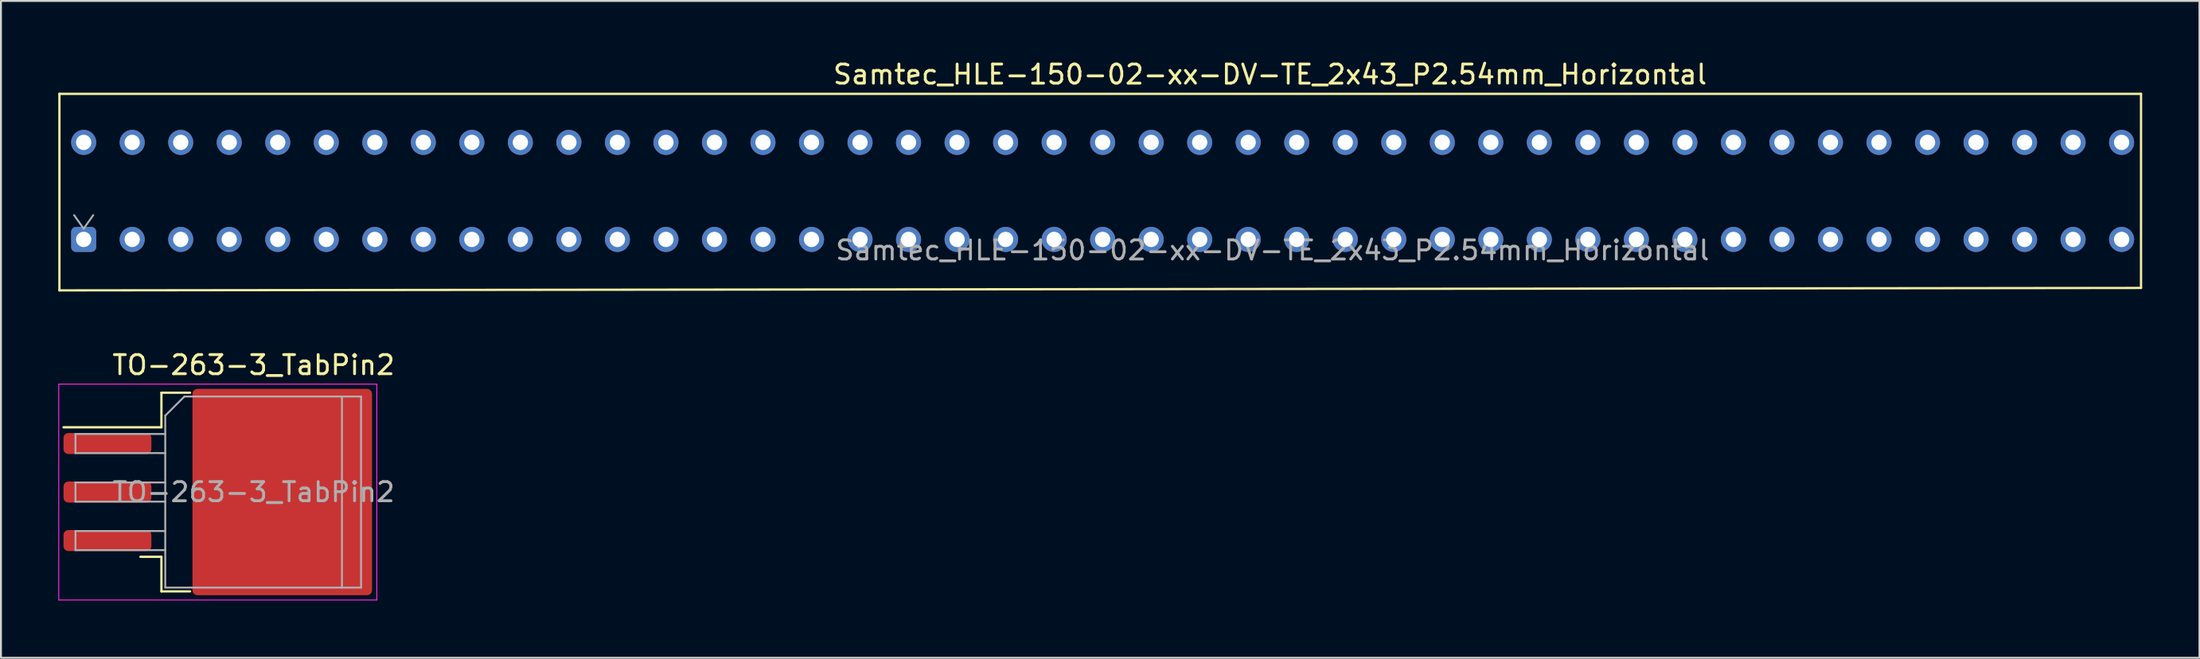
<source format=kicad_pcb>
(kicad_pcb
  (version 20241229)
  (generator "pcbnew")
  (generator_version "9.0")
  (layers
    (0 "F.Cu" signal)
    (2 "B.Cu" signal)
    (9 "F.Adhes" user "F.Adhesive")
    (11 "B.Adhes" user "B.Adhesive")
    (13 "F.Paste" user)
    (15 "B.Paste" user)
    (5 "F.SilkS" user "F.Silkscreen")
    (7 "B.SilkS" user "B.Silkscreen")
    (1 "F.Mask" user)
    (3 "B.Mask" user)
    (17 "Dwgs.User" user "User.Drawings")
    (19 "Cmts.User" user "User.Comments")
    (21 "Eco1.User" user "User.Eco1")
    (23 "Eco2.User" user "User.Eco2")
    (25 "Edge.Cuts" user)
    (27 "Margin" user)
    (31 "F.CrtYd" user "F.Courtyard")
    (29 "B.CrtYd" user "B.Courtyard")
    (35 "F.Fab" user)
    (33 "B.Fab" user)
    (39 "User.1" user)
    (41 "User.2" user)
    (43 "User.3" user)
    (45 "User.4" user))
  (footprint "Samtec_HLE-150-02-xx-DV-TE_2x43_P2.54mm_Horizontal"
    (layer "F.Cu")
    (at 1.33 6.944)
    (property "Reference" "Samtec_HLE-150-02-xx-DV-TE_2x43_P2.54mm_Horizontal" (at 62.103 -6.096 0) (layer "F.SilkS") (effects (font (size 1 1) (thickness 0.15))))
    (attr through_hole)
    (fp_line (start -1.27 -5.08) (end -1.27 5.207) (stroke (width 0.12) (type solid)) (layer "F.SilkS"))
    (fp_line (start -1.27 5.207) (end 107.696 5.08) (stroke (width 0.12) (type solid)) (layer "F.SilkS"))
    (fp_line (start 107.696 -5.08) (end -1.27 -5.08) (stroke (width 0.12) (type solid)) (layer "F.SilkS"))
    (fp_line (start 107.696 5.08) (end 107.696 -5.08) (stroke (width 0.12) (type solid)) (layer "F.SilkS"))
    (fp_line (start -0.5 1.27) (end 0 1.977) (stroke (width 0.1) (type solid)) (layer "F.Fab"))
    (fp_line (start 0 1.977) (end 0.5 1.27) (stroke (width 0.1) (type solid)) (layer "F.Fab"))
    (fp_text user "${REFERENCE}" (at 62.23 3.11 0) (layer "F.Fab") (effects (font (size 1 1) (thickness 0.15))))
    (pad "1" thru_hole roundrect (at 0 2.54) (size 1.31 1.31) (drill 0.8) (layers "*.Cu" "*.Mask") (roundrect_rratio 0.191))
    (pad "2" thru_hole circle (at 0 -2.54) (size 1.31 1.31) (drill 0.8) (layers "*.Cu" "*.Mask"))
    (pad "3" thru_hole circle (at 2.54 2.54) (size 1.31 1.31) (drill 0.8) (layers "*.Cu" "*.Mask"))
    (pad "4" thru_hole circle (at 2.54 -2.54) (size 1.31 1.31) (drill 0.8) (layers "*.Cu" "*.Mask"))
    (pad "5" thru_hole circle (at 5.08 2.54) (size 1.31 1.31) (drill 0.8) (layers "*.Cu" "*.Mask"))
    (pad "6" thru_hole circle (at 5.08 -2.54) (size 1.31 1.31) (drill 0.8) (layers "*.Cu" "*.Mask"))
    (pad "7" thru_hole circle (at 7.62 2.54) (size 1.31 1.31) (drill 0.8) (layers "*.Cu" "*.Mask"))
    (pad "8" thru_hole circle (at 7.62 -2.54) (size 1.31 1.31) (drill 0.8) (layers "*.Cu" "*.Mask"))
    (pad "9" thru_hole circle (at 10.16 2.54) (size 1.31 1.31) (drill 0.8) (layers "*.Cu" "*.Mask"))
    (pad "10" thru_hole circle (at 10.16 -2.54) (size 1.31 1.31) (drill 0.8) (layers "*.Cu" "*.Mask"))
    (pad "11" thru_hole circle (at 12.7 2.54) (size 1.31 1.31) (drill 0.8) (layers "*.Cu" "*.Mask"))
    (pad "12" thru_hole circle (at 12.7 -2.54) (size 1.31 1.31) (drill 0.8) (layers "*.Cu" "*.Mask"))
    (pad "13" thru_hole circle (at 15.24 2.54) (size 1.31 1.31) (drill 0.8) (layers "*.Cu" "*.Mask"))
    (pad "14" thru_hole circle (at 15.24 -2.54) (size 1.31 1.31) (drill 0.8) (layers "*.Cu" "*.Mask"))
    (pad "15" thru_hole circle (at 17.78 2.54) (size 1.31 1.31) (drill 0.8) (layers "*.Cu" "*.Mask"))
    (pad "16" thru_hole circle (at 17.78 -2.54) (size 1.31 1.31) (drill 0.8) (layers "*.Cu" "*.Mask"))
    (pad "17" thru_hole circle (at 20.32 2.54) (size 1.31 1.31) (drill 0.8) (layers "*.Cu" "*.Mask"))
    (pad "18" thru_hole circle (at 20.32 -2.54) (size 1.31 1.31) (drill 0.8) (layers "*.Cu" "*.Mask"))
    (pad "19" thru_hole circle (at 22.86 2.54) (size 1.31 1.31) (drill 0.8) (layers "*.Cu" "*.Mask"))
    (pad "20" thru_hole circle (at 22.86 -2.54) (size 1.31 1.31) (drill 0.8) (layers "*.Cu" "*.Mask"))
    (pad "21" thru_hole circle (at 25.4 2.54) (size 1.31 1.31) (drill 0.8) (layers "*.Cu" "*.Mask"))
    (pad "22" thru_hole circle (at 25.4 -2.54) (size 1.31 1.31) (drill 0.8) (layers "*.Cu" "*.Mask"))
    (pad "23" thru_hole circle (at 27.94 2.54) (size 1.31 1.31) (drill 0.8) (layers "*.Cu" "*.Mask"))
    (pad "24" thru_hole circle (at 27.94 -2.54) (size 1.31 1.31) (drill 0.8) (layers "*.Cu" "*.Mask"))
    (pad "25" thru_hole circle (at 30.48 2.54) (size 1.31 1.31) (drill 0.8) (layers "*.Cu" "*.Mask"))
    (pad "26" thru_hole circle (at 30.48 -2.54) (size 1.31 1.31) (drill 0.8) (layers "*.Cu" "*.Mask"))
    (pad "27" thru_hole circle (at 33.02 2.54) (size 1.31 1.31) (drill 0.8) (layers "*.Cu" "*.Mask"))
    (pad "28" thru_hole circle (at 33.02 -2.54) (size 1.31 1.31) (drill 0.8) (layers "*.Cu" "*.Mask"))
    (pad "29" thru_hole circle (at 35.56 2.54) (size 1.31 1.31) (drill 0.8) (layers "*.Cu" "*.Mask"))
    (pad "30" thru_hole circle (at 35.56 -2.54) (size 1.31 1.31) (drill 0.8) (layers "*.Cu" "*.Mask"))
    (pad "31" thru_hole circle (at 38.1 2.54) (size 1.31 1.31) (drill 0.8) (layers "*.Cu" "*.Mask"))
    (pad "32" thru_hole circle (at 38.1 -2.54) (size 1.31 1.31) (drill 0.8) (layers "*.Cu" "*.Mask"))
    (pad "33" thru_hole circle (at 40.64 2.54) (size 1.31 1.31) (drill 0.8) (layers "*.Cu" "*.Mask"))
    (pad "34" thru_hole circle (at 40.64 -2.54) (size 1.31 1.31) (drill 0.8) (layers "*.Cu" "*.Mask"))
    (pad "35" thru_hole circle (at 43.18 2.54) (size 1.31 1.31) (drill 0.8) (layers "*.Cu" "*.Mask"))
    (pad "36" thru_hole circle (at 43.18 -2.54) (size 1.31 1.31) (drill 0.8) (layers "*.Cu" "*.Mask"))
    (pad "37" thru_hole circle (at 45.72 2.54) (size 1.31 1.31) (drill 0.8) (layers "*.Cu" "*.Mask"))
    (pad "38" thru_hole circle (at 45.72 -2.54) (size 1.31 1.31) (drill 0.8) (layers "*.Cu" "*.Mask"))
    (pad "39" thru_hole circle (at 48.26 2.54) (size 1.31 1.31) (drill 0.8) (layers "*.Cu" "*.Mask"))
    (pad "40" thru_hole circle (at 48.26 -2.54) (size 1.31 1.31) (drill 0.8) (layers "*.Cu" "*.Mask"))
    (pad "41" thru_hole circle (at 50.8 2.54) (size 1.31 1.31) (drill 0.8) (layers "*.Cu" "*.Mask"))
    (pad "42" thru_hole circle (at 50.8 -2.54) (size 1.31 1.31) (drill 0.8) (layers "*.Cu" "*.Mask"))
    (pad "43" thru_hole circle (at 53.34 2.54) (size 1.31 1.31) (drill 0.8) (layers "*.Cu" "*.Mask"))
    (pad "44" thru_hole circle (at 53.34 -2.54) (size 1.31 1.31) (drill 0.8) (layers "*.Cu" "*.Mask"))
    (pad "45" thru_hole circle (at 55.88 2.54) (size 1.31 1.31) (drill 0.8) (layers "*.Cu" "*.Mask"))
    (pad "46" thru_hole circle (at 55.88 -2.54) (size 1.31 1.31) (drill 0.8) (layers "*.Cu" "*.Mask"))
    (pad "47" thru_hole circle (at 58.42 2.54) (size 1.31 1.31) (drill 0.8) (layers "*.Cu" "*.Mask"))
    (pad "48" thru_hole circle (at 58.42 -2.54) (size 1.31 1.31) (drill 0.8) (layers "*.Cu" "*.Mask"))
    (pad "49" thru_hole circle (at 60.96 2.54) (size 1.31 1.31) (drill 0.8) (layers "*.Cu" "*.Mask"))
    (pad "50" thru_hole circle (at 60.96 -2.54) (size 1.31 1.31) (drill 0.8) (layers "*.Cu" "*.Mask"))
    (pad "51" thru_hole circle (at 63.5 2.54) (size 1.31 1.31) (drill 0.8) (layers "*.Cu" "*.Mask"))
    (pad "52" thru_hole circle (at 63.5 -2.54) (size 1.31 1.31) (drill 0.8) (layers "*.Cu" "*.Mask"))
    (pad "53" thru_hole circle (at 66.04 2.54) (size 1.31 1.31) (drill 0.8) (layers "*.Cu" "*.Mask"))
    (pad "54" thru_hole circle (at 66.04 -2.54) (size 1.31 1.31) (drill 0.8) (layers "*.Cu" "*.Mask"))
    (pad "55" thru_hole circle (at 68.58 2.54) (size 1.31 1.31) (drill 0.8) (layers "*.Cu" "*.Mask"))
    (pad "56" thru_hole circle (at 68.58 -2.54) (size 1.31 1.31) (drill 0.8) (layers "*.Cu" "*.Mask"))
    (pad "57" thru_hole circle (at 71.12 2.54) (size 1.31 1.31) (drill 0.8) (layers "*.Cu" "*.Mask"))
    (pad "58" thru_hole circle (at 71.12 -2.54) (size 1.31 1.31) (drill 0.8) (layers "*.Cu" "*.Mask"))
    (pad "59" thru_hole circle (at 73.66 2.54) (size 1.31 1.31) (drill 0.8) (layers "*.Cu" "*.Mask"))
    (pad "60" thru_hole circle (at 73.66 -2.54) (size 1.31 1.31) (drill 0.8) (layers "*.Cu" "*.Mask"))
    (pad "61" thru_hole circle (at 76.2 2.54) (size 1.31 1.31) (drill 0.8) (layers "*.Cu" "*.Mask"))
    (pad "62" thru_hole circle (at 76.2 -2.54) (size 1.31 1.31) (drill 0.8) (layers "*.Cu" "*.Mask"))
    (pad "63" thru_hole circle (at 78.74 2.54) (size 1.31 1.31) (drill 0.8) (layers "*.Cu" "*.Mask"))
    (pad "64" thru_hole circle (at 78.74 -2.54) (size 1.31 1.31) (drill 0.8) (layers "*.Cu" "*.Mask"))
    (pad "65" thru_hole circle (at 81.28 2.54) (size 1.31 1.31) (drill 0.8) (layers "*.Cu" "*.Mask"))
    (pad "66" thru_hole circle (at 81.28 -2.54) (size 1.31 1.31) (drill 0.8) (layers "*.Cu" "*.Mask"))
    (pad "67" thru_hole circle (at 83.82 2.54) (size 1.31 1.31) (drill 0.8) (layers "*.Cu" "*.Mask"))
    (pad "68" thru_hole circle (at 83.82 -2.54) (size 1.31 1.31) (drill 0.8) (layers "*.Cu" "*.Mask"))
    (pad "69" thru_hole circle (at 86.36 2.54) (size 1.31 1.31) (drill 0.8) (layers "*.Cu" "*.Mask"))
    (pad "70" thru_hole circle (at 86.36 -2.54) (size 1.31 1.31) (drill 0.8) (layers "*.Cu" "*.Mask"))
    (pad "71" thru_hole circle (at 88.9 2.54) (size 1.31 1.31) (drill 0.8) (layers "*.Cu" "*.Mask"))
    (pad "72" thru_hole circle (at 88.9 -2.54) (size 1.31 1.31) (drill 0.8) (layers "*.Cu" "*.Mask"))
    (pad "73" thru_hole circle (at 91.44 2.54) (size 1.31 1.31) (drill 0.8) (layers "*.Cu" "*.Mask"))
    (pad "74" thru_hole circle (at 91.44 -2.54) (size 1.31 1.31) (drill 0.8) (layers "*.Cu" "*.Mask"))
    (pad "75" thru_hole circle (at 93.98 2.54) (size 1.31 1.31) (drill 0.8) (layers "*.Cu" "*.Mask"))
    (pad "76" thru_hole circle (at 93.98 -2.54) (size 1.31 1.31) (drill 0.8) (layers "*.Cu" "*.Mask"))
    (pad "77" thru_hole circle (at 96.52 2.54) (size 1.31 1.31) (drill 0.8) (layers "*.Cu" "*.Mask"))
    (pad "78" thru_hole circle (at 96.52 -2.54) (size 1.31 1.31) (drill 0.8) (layers "*.Cu" "*.Mask"))
    (pad "79" thru_hole circle (at 99.06 2.54) (size 1.31 1.31) (drill 0.8) (layers "*.Cu" "*.Mask"))
    (pad "80" thru_hole circle (at 99.06 -2.54) (size 1.31 1.31) (drill 0.8) (layers "*.Cu" "*.Mask"))
    (pad "81" thru_hole circle (at 101.6 2.54) (size 1.31 1.31) (drill 0.8) (layers "*.Cu" "*.Mask"))
    (pad "82" thru_hole circle (at 101.6 -2.54) (size 1.31 1.31) (drill 0.8) (layers "*.Cu" "*.Mask"))
    (pad "83" thru_hole circle (at 104.14 2.54) (size 1.31 1.31) (drill 0.8) (layers "*.Cu" "*.Mask"))
    (pad "84" thru_hole circle (at 104.14 -2.54) (size 1.31 1.31) (drill 0.8) (layers "*.Cu" "*.Mask"))
    (pad "85" thru_hole circle (at 106.68 2.54) (size 1.31 1.31) (drill 0.8) (layers "*.Cu" "*.Mask"))
    (pad "86" thru_hole circle (at 106.68 -2.54) (size 1.31 1.31) (drill 0.8) (layers "*.Cu" "*.Mask")))
  (footprint "TO-263-3_TabPin2"
    (layer "F.Cu")
    (at 10.225 22.709)
    (property "Reference" "TO-263-3_TabPin2" (at 0 -6.65 0) (layer "F.SilkS") (effects (font (size 1 1) (thickness 0.15))))
    (attr smd)
    (fp_line (start -4.825 -5.2) (end -4.825 -3.39) (stroke (width 0.12) (type solid)) (layer "F.SilkS"))
    (fp_line (start -4.825 -3.39) (end -9.95 -3.39) (stroke (width 0.12) (type solid)) (layer "F.SilkS"))
    (fp_line (start -4.825 3.39) (end -5.925 3.39) (stroke (width 0.12) (type solid)) (layer "F.SilkS"))
    (fp_line (start -4.825 5.2) (end -4.825 3.39) (stroke (width 0.12) (type solid)) (layer "F.SilkS"))
    (fp_line (start -3.325 -5.2) (end -4.825 -5.2) (stroke (width 0.12) (type solid)) (layer "F.SilkS"))
    (fp_line (start -3.325 5.2) (end -4.825 5.2) (stroke (width 0.12) (type solid)) (layer "F.SilkS"))
    (fp_line (start -10.2 -5.65) (end -10.2 5.65) (stroke (width 0.05) (type solid)) (layer "F.CrtYd"))
    (fp_line (start -10.2 5.65) (end 6.45 5.65) (stroke (width 0.05) (type solid)) (layer "F.CrtYd"))
    (fp_line (start 6.45 -5.65) (end -10.2 -5.65) (stroke (width 0.05) (type solid)) (layer "F.CrtYd"))
    (fp_line (start 6.45 5.65) (end 6.45 -5.65) (stroke (width 0.05) (type solid)) (layer "F.CrtYd"))
    (fp_line (start -9.325 -3.04) (end -9.325 -2.04) (stroke (width 0.1) (type solid)) (layer "F.Fab"))
    (fp_line (start -9.325 -2.04) (end -4.625 -2.04) (stroke (width 0.1) (type solid)) (layer "F.Fab"))
    (fp_line (start -9.325 -0.5) (end -9.325 0.5) (stroke (width 0.1) (type solid)) (layer "F.Fab"))
    (fp_line (start -9.325 0.5) (end -4.625 0.5) (stroke (width 0.1) (type solid)) (layer "F.Fab"))
    (fp_line (start -9.325 2.04) (end -9.325 3.04) (stroke (width 0.1) (type solid)) (layer "F.Fab"))
    (fp_line (start -9.325 3.04) (end -4.625 3.04) (stroke (width 0.1) (type solid)) (layer "F.Fab"))
    (fp_line (start -4.625 -4) (end -3.625 -5) (stroke (width 0.1) (type solid)) (layer "F.Fab"))
    (fp_line (start -4.625 -3.04) (end -9.325 -3.04) (stroke (width 0.1) (type solid)) (layer "F.Fab"))
    (fp_line (start -4.625 -0.5) (end -9.325 -0.5) (stroke (width 0.1) (type solid)) (layer "F.Fab"))
    (fp_line (start -4.625 2.04) (end -9.325 2.04) (stroke (width 0.1) (type solid)) (layer "F.Fab"))
    (fp_line (start -4.625 5) (end -4.625 -4) (stroke (width 0.1) (type solid)) (layer "F.Fab"))
    (fp_line (start -3.625 -5) (end 4.625 -5) (stroke (width 0.1) (type solid)) (layer "F.Fab"))
    (fp_line (start 4.625 -5) (end 4.625 5) (stroke (width 0.1) (type solid)) (layer "F.Fab"))
    (fp_line (start 4.625 -5) (end 5.625 -5) (stroke (width 0.1) (type solid)) (layer "F.Fab"))
    (fp_line (start 4.625 5) (end -4.625 5) (stroke (width 0.1) (type solid)) (layer "F.Fab"))
    (fp_line (start 5.625 -5) (end 5.625 5) (stroke (width 0.1) (type solid)) (layer "F.Fab"))
    (fp_line (start 5.625 5) (end 4.625 5) (stroke (width 0.1) (type solid)) (layer "F.Fab"))
    (fp_text user "${REFERENCE}" (at 0 0 0) (layer "F.Fab") (effects (font (size 1 1) (thickness 0.15))))
    (pad "1" smd roundrect (at -7.65 -2.54) (size 4.6 1.1) (layers "F.Cu" "F.Mask" "F.Paste") (roundrect_rratio 0.227))
    (pad "2" smd roundrect (at -7.65 0) (size 4.6 1.1) (layers "F.Cu" "F.Mask" "F.Paste") (roundrect_rratio 0.227))
    (pad "2" smd roundrect (at 1.5 0) (size 9.4 10.8) (layers "F.Cu" "F.Mask") (roundrect_rratio 0.027))
    (pad "3" smd roundrect (at -7.65 2.54) (size 4.6 1.1) (layers "F.Cu" "F.Mask" "F.Paste") (roundrect_rratio 0.227)))
  (gr_rect
    (start -3 -3)
    (end 112.086 31.384)
    (stroke (width 0.1) (type default))
    (fill no)
    (layer "Edge.Cuts")))
</source>
